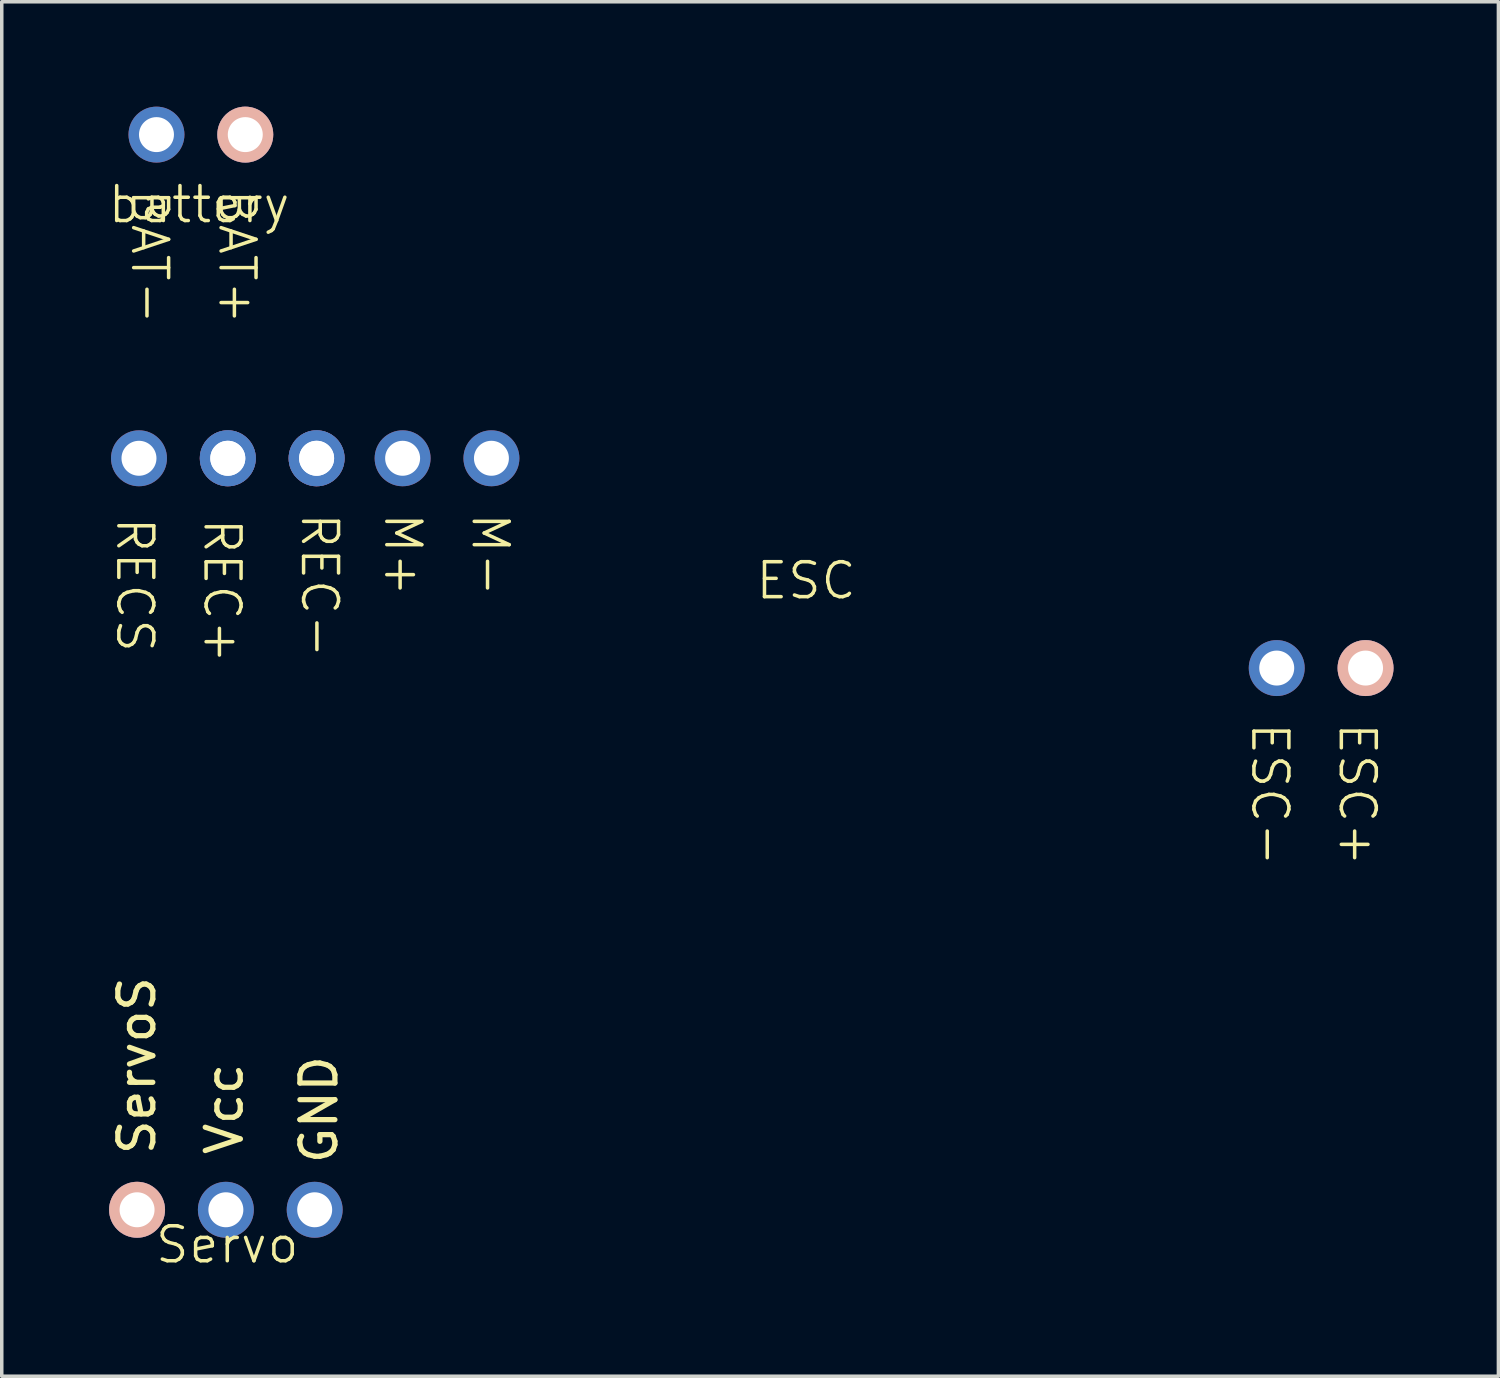
<source format=kicad_pcb>
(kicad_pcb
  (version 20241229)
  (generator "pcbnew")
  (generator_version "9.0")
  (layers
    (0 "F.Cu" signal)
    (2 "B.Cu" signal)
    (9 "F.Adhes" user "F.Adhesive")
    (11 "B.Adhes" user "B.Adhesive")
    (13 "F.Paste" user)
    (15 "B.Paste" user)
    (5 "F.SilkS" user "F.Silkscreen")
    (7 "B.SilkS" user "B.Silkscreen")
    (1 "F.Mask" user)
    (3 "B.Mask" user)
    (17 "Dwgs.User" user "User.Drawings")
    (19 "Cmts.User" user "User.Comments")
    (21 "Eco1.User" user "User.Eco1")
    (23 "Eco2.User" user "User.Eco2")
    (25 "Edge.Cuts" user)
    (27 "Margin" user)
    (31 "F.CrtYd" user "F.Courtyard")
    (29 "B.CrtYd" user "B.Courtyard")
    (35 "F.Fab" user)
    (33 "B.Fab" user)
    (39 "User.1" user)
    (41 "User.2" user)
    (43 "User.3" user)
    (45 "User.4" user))
  (footprint "battery"
    (layer "F.Cu")
    (at 2.645 3.3)
    (property "Reference" "battery" (at 0 -0.5 0) (unlocked yes) (layer "F.SilkS") (effects (font (size 1 1) (thickness 0.1))))
    (attr board_only exclude_from_pos_files exclude_from_bom)
    (fp_text user "BAT+\n" (at 0.5 -1 270) (unlocked yes) (layer "F.SilkS") (effects (font (size 1 1) (thickness 0.1)) (justify left bottom)))
    (fp_text user "BAT-" (at -2 -1 270) (unlocked yes) (layer "F.SilkS") (effects (font (size 1 1) (thickness 0.1)) (justify left bottom)))
    (pad "1" thru_hole oval (at 1.32 -2.5 270) (size 1.6 1.6) (drill 1) (layers "*.Cu" "*.Mask" "B.SilkS"))
    (pad "2" thru_hole oval (at -1.22 -2.5 270) (size 1.6 1.6) (drill 1) (layers "*.Cu" "*.Mask")))
  (footprint "ESC"
    (layer "F.Cu")
    (at 20.005 14.057)
    (property "Reference" "ESC" (at 0 -0.5 0) (unlocked yes) (layer "F.SilkS") (effects (font (size 1 1) (thickness 0.1))))
    (attr board_only exclude_from_pos_files exclude_from_bom)
    (fp_text user "REC+" (at -17.288 -2.344 270) (unlocked yes) (layer "F.SilkS") (effects (font (size 1 1) (thickness 0.1)) (justify left bottom)))
    (fp_text user "M-" (at -9.62 -2.5 270) (unlocked yes) (layer "F.SilkS") (effects (font (size 1 1) (thickness 0.1)) (justify left bottom)))
    (fp_text user "M+" (at -12.12 -2.5 270) (unlocked yes) (layer "F.SilkS") (effects (font (size 1 1) (thickness 0.1)) (justify left bottom)))
    (fp_text user "RECS" (at -19.784 -2.374 270) (unlocked yes) (layer "F.SilkS") (effects (font (size 1 1) (thickness 0.1)) (justify left bottom)))
    (fp_text user "ESC-" (at 12.68 3.5 270) (unlocked yes) (layer "F.SilkS") (effects (font (size 1 1) (thickness 0.1)) (justify left bottom)))
    (fp_text user "REC-" (at -14.5 -2.5 270) (unlocked yes) (layer "F.SilkS") (effects (font (size 1 1) (thickness 0.1)) (justify left bottom)))
    (fp_text user "ESC+" (at 15.18 3.5 270) (unlocked yes) (layer "F.SilkS") (effects (font (size 1 1) (thickness 0.1)) (justify left bottom)))
    (pad "1" thru_hole oval (at 16 2 270) (size 1.6 1.6) (drill 1) (layers "*.Cu" "*.Mask" "B.SilkS"))
    (pad "2" thru_hole oval (at 13.46 2 270) (size 1.6 1.6) (drill 1) (layers "*.Cu" "*.Mask"))
    (pad "3" thru_hole oval (at -14 -4 270) (size 1.6 1.6) (drill 1) (layers "*.Cu" "*.Mask"))
    (pad "3" thru_hole oval (at -14 -4 270) (size 1.6 1.6) (drill 1) (layers "*.Cu" "*.Mask"))
    (pad "4" thru_hole oval (at -16.54 -4 270) (size 1.6 1.6) (drill 1) (layers "*.Cu" "*.Mask"))
    (pad "4" thru_hole oval (at -16.54 -4 270) (size 1.6 1.6) (drill 1) (layers "*.Cu" "*.Mask"))
    (pad "5" thru_hole oval (at -19.08 -4 270) (size 1.6 1.6) (drill 1) (layers "*.Cu" "*.Mask"))
    (pad "6" thru_hole oval (at -9 -4 270) (size 1.6 1.6) (drill 1) (layers "*.Cu" "*.Mask"))
    (pad "7" thru_hole oval (at -11.54 -4 270) (size 1.6 1.6) (drill 1) (layers "*.Cu" "*.Mask")))
  (footprint "Servo"
    (layer "F.Cu")
    (at 3.45 33.05)
    (property "Reference" "Servo" (at 0 -0.5 0) (unlocked yes) (layer "F.SilkS") (effects (font (size 1 1) (thickness 0.1))))
    (attr board_only exclude_from_pos_files exclude_from_bom)
    (fp_text user "Vcc" (at 0.5 -3 90) (unlocked yes) (layer "F.SilkS") (effects (font (size 1 1) (thickness 0.15)) (justify left bottom)))
    (fp_text user "ServoS" (at -2 -3 90) (unlocked yes) (layer "F.SilkS") (effects (font (size 1 1) (thickness 0.15)) (justify left bottom)))
    (fp_text user "GND" (at 3.208 -2.741 90) (unlocked yes) (layer "F.SilkS") (effects (font (size 1 1) (thickness 0.15)) (justify left bottom)))
    (pad "1" thru_hole oval (at -2.58 -1.5 90) (size 1.6 1.6) (drill 1) (layers "*.Cu" "*.Mask" "B.SilkS"))
    (pad "2" thru_hole oval (at -0.04 -1.5 90) (size 1.6 1.6) (drill 1) (layers "*.Cu" "*.Mask"))
    (pad "3" thru_hole oval (at 2.5 -1.5 90) (size 1.6 1.6) (drill 1) (layers "*.Cu" "*.Mask")))
  (gr_rect
    (start -3 -3)
    (end 39.805 36.311)
    (stroke (width 0.1) (type default))
    (fill no)
    (layer "Edge.Cuts")))
</source>
